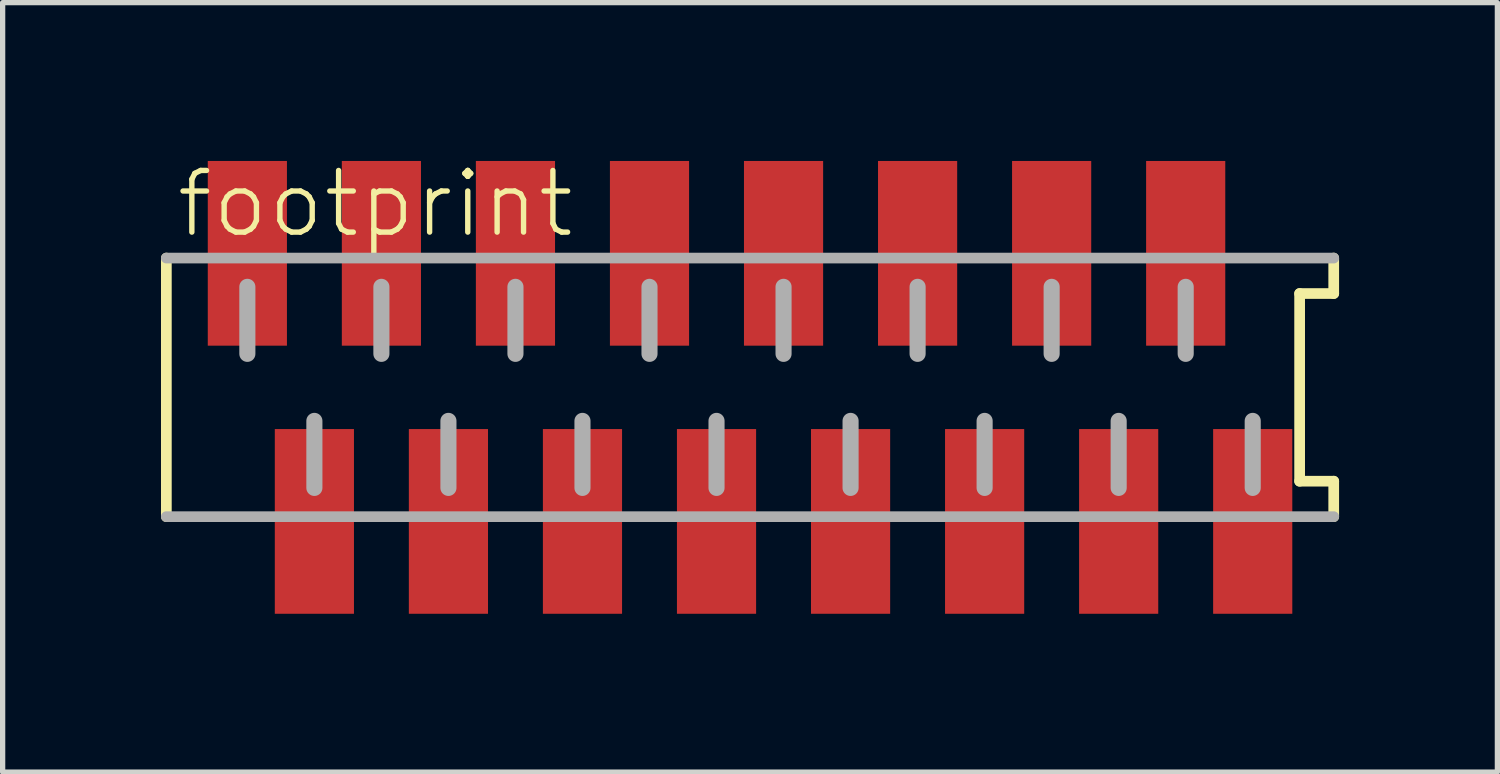
<source format=kicad_pcb>
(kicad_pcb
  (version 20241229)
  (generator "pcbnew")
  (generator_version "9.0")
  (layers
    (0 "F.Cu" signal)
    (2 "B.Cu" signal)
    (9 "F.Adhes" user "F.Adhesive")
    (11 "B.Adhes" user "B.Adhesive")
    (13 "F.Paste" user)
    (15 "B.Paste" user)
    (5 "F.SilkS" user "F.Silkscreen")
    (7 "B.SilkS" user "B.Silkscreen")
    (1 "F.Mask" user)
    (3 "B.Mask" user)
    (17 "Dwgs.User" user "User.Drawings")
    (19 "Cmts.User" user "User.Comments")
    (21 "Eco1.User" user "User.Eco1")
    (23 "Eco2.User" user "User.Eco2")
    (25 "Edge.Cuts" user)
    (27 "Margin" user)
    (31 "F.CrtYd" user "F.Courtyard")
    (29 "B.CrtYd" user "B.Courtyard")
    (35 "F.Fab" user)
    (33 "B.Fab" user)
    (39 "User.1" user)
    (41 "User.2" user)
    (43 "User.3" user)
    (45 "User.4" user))
  (footprint "footprint"
    (layer "F.Cu")
    (at 11.162 4.29)
    (property "Reference" "footprint" (at -10.922 -2.794 0) (layer "F.SilkS") (effects (font (size 1.168 1.168) (thickness 0.102)) (justify left bottom)))
    (fp_line (start -11.06 -2.45) (end -11.06 2.45) (stroke (width 0.203) (type solid)) (layer "F.SilkS"))
    (fp_line (start 10.414 -1.778) (end 11.06 -1.778) (stroke (width 0.203) (type solid)) (layer "F.SilkS"))
    (fp_line (start 10.414 1.778) (end 10.414 -1.778) (stroke (width 0.203) (type solid)) (layer "F.SilkS"))
    (fp_line (start 11.06 -1.778) (end 11.06 -2.45) (stroke (width 0.203) (type solid)) (layer "F.SilkS"))
    (fp_line (start 11.06 1.778) (end 10.414 1.778) (stroke (width 0.203) (type solid)) (layer "F.SilkS"))
    (fp_line (start 11.06 2.45) (end 11.06 1.778) (stroke (width 0.203) (type solid)) (layer "F.SilkS"))
    (fp_line (start -11.06 2.45) (end 11.06 2.45) (stroke (width 0.203) (type solid)) (layer "F.Fab"))
    (fp_line (start -9.525 -1.905) (end -9.525 -0.635) (stroke (width 0.305) (type solid)) (layer "F.Fab"))
    (fp_line (start -8.255 0.635) (end -8.255 1.905) (stroke (width 0.305) (type solid)) (layer "F.Fab"))
    (fp_line (start -6.985 -1.905) (end -6.985 -0.635) (stroke (width 0.305) (type solid)) (layer "F.Fab"))
    (fp_line (start -5.715 0.635) (end -5.715 1.905) (stroke (width 0.305) (type solid)) (layer "F.Fab"))
    (fp_line (start -4.445 -1.905) (end -4.445 -0.635) (stroke (width 0.305) (type solid)) (layer "F.Fab"))
    (fp_line (start -3.175 0.635) (end -3.175 1.905) (stroke (width 0.305) (type solid)) (layer "F.Fab"))
    (fp_line (start -1.905 -1.905) (end -1.905 -0.635) (stroke (width 0.305) (type solid)) (layer "F.Fab"))
    (fp_line (start -0.635 0.635) (end -0.635 1.905) (stroke (width 0.305) (type solid)) (layer "F.Fab"))
    (fp_line (start 0.635 -1.905) (end 0.635 -0.635) (stroke (width 0.305) (type solid)) (layer "F.Fab"))
    (fp_line (start 1.905 0.635) (end 1.905 1.905) (stroke (width 0.305) (type solid)) (layer "F.Fab"))
    (fp_line (start 3.175 -1.905) (end 3.175 -0.635) (stroke (width 0.305) (type solid)) (layer "F.Fab"))
    (fp_line (start 4.445 0.635) (end 4.445 1.905) (stroke (width 0.305) (type solid)) (layer "F.Fab"))
    (fp_line (start 5.715 -1.905) (end 5.715 -0.635) (stroke (width 0.305) (type solid)) (layer "F.Fab"))
    (fp_line (start 6.985 0.635) (end 6.985 1.905) (stroke (width 0.305) (type solid)) (layer "F.Fab"))
    (fp_line (start 8.255 -1.905) (end 8.255 -0.635) (stroke (width 0.305) (type solid)) (layer "F.Fab"))
    (fp_line (start 9.525 0.635) (end 9.525 1.905) (stroke (width 0.305) (type solid)) (layer "F.Fab"))
    (fp_line (start 11.06 -2.45) (end -11.06 -2.45) (stroke (width 0.203) (type solid)) (layer "F.Fab"))
    (pad "1" smd rect (at -9.525 -2.54) (size 1.5 3.5) (layers "F.Cu" "F.Mask" "F.Paste"))
    (pad "2" smd rect (at -8.255 2.54) (size 1.5 3.5) (layers "F.Cu" "F.Mask" "F.Paste"))
    (pad "3" smd rect (at -6.985 -2.54) (size 1.5 3.5) (layers "F.Cu" "F.Mask" "F.Paste"))
    (pad "4" smd rect (at -5.715 2.54) (size 1.5 3.5) (layers "F.Cu" "F.Mask" "F.Paste"))
    (pad "5" smd rect (at -4.445 -2.54) (size 1.5 3.5) (layers "F.Cu" "F.Mask" "F.Paste"))
    (pad "6" smd rect (at -3.175 2.54) (size 1.5 3.5) (layers "F.Cu" "F.Mask" "F.Paste"))
    (pad "7" smd rect (at -1.905 -2.54) (size 1.5 3.5) (layers "F.Cu" "F.Mask" "F.Paste"))
    (pad "8" smd rect (at -0.635 2.54) (size 1.5 3.5) (layers "F.Cu" "F.Mask" "F.Paste"))
    (pad "9" smd rect (at 0.635 -2.54) (size 1.5 3.5) (layers "F.Cu" "F.Mask" "F.Paste"))
    (pad "10" smd rect (at 1.905 2.54) (size 1.5 3.5) (layers "F.Cu" "F.Mask" "F.Paste"))
    (pad "11" smd rect (at 3.175 -2.54) (size 1.5 3.5) (layers "F.Cu" "F.Mask" "F.Paste"))
    (pad "12" smd rect (at 4.445 2.54) (size 1.5 3.5) (layers "F.Cu" "F.Mask" "F.Paste"))
    (pad "13" smd rect (at 5.715 -2.54) (size 1.5 3.5) (layers "F.Cu" "F.Mask" "F.Paste"))
    (pad "14" smd rect (at 6.985 2.54) (size 1.5 3.5) (layers "F.Cu" "F.Mask" "F.Paste"))
    (pad "15" smd rect (at 8.255 -2.54) (size 1.5 3.5) (layers "F.Cu" "F.Mask" "F.Paste"))
    (pad "16" smd rect (at 9.525 2.54) (size 1.5 3.5) (layers "F.Cu" "F.Mask" "F.Paste")))
  (gr_rect
    (start -3 -3)
    (end 25.323 11.58)
    (stroke (width 0.1) (type default))
    (fill no)
    (layer "Edge.Cuts")))
</source>
